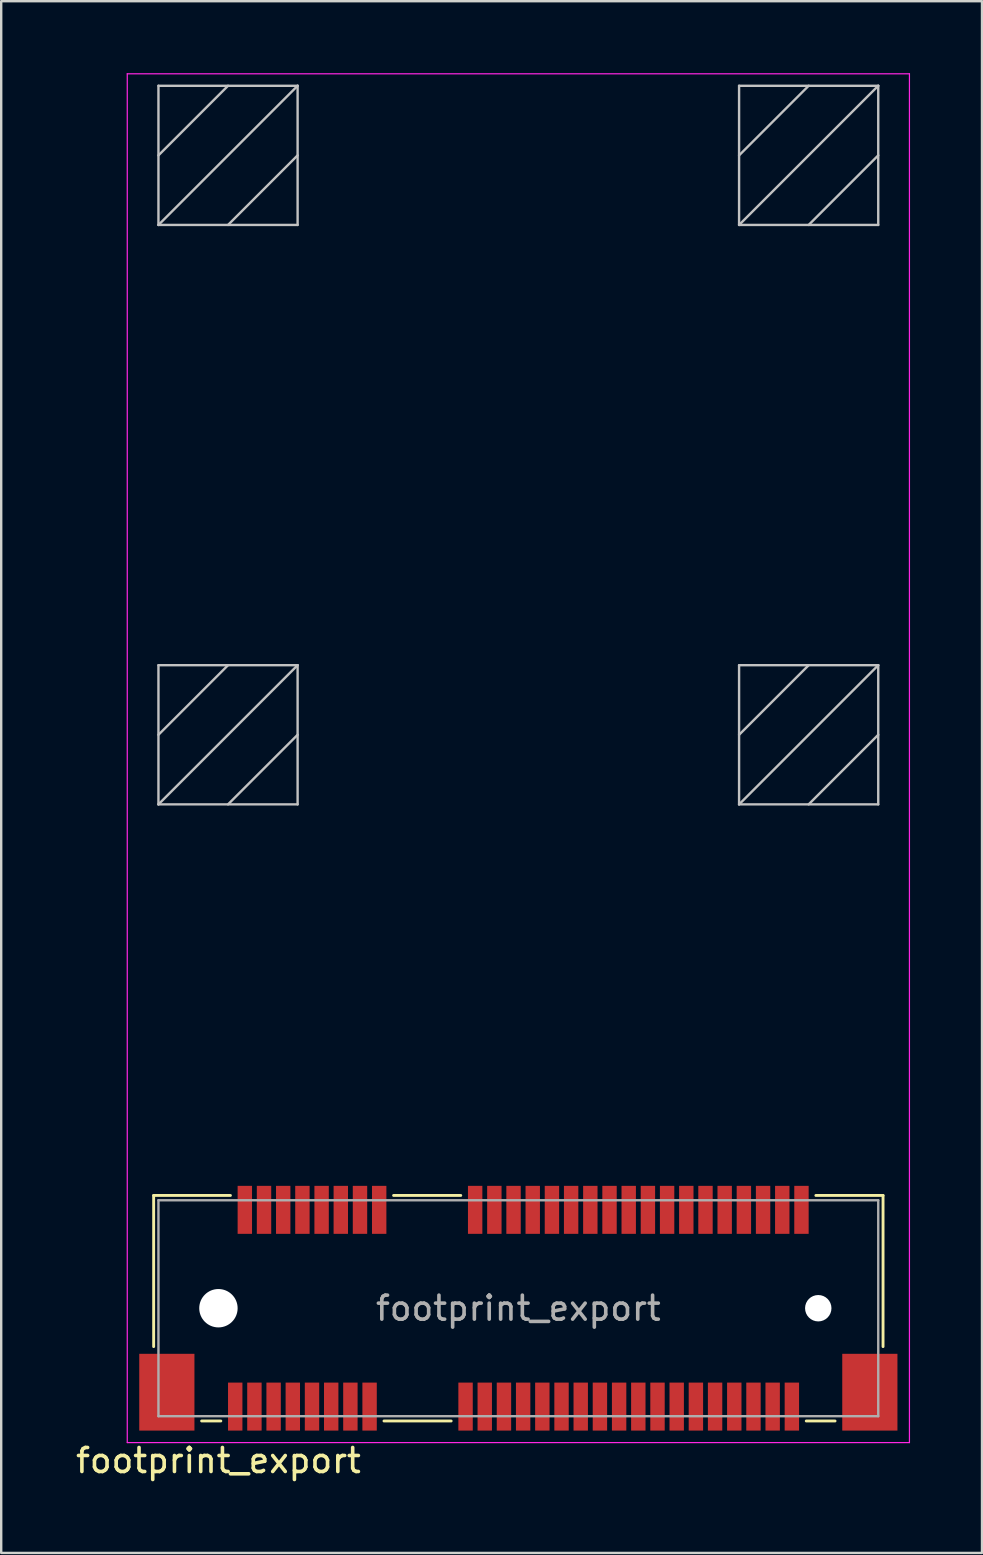
<source format=kicad_pcb>
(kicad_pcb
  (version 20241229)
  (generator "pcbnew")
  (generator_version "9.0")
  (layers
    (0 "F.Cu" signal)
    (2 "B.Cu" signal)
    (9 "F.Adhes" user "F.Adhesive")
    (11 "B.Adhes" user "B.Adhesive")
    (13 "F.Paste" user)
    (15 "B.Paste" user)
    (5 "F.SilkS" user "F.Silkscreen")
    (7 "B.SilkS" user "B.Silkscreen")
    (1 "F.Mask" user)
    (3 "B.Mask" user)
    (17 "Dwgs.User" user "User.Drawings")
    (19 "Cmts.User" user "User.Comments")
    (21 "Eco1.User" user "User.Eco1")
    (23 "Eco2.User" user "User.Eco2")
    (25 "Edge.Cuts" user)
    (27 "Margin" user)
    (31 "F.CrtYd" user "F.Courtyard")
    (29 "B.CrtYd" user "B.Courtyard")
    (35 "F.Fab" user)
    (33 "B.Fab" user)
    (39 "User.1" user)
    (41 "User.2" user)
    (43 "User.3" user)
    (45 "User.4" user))
  (footprint "footprint_export"
    (layer "F.Cu")
    (at 18.554 51.475)
    (property "Reference" "footprint_export" (at -12.5 6.35 180) (layer "F.SilkS") (effects (font (size 1 1) (thickness 0.15))))
    (attr smd)
    (fp_line (start -15.2 -4.7) (end -15.2 1.6) (stroke (width 0.12) (type solid)) (layer "F.SilkS"))
    (fp_line (start -13.2 4.7) (end -12.4 4.7) (stroke (width 0.12) (type solid)) (layer "F.SilkS"))
    (fp_line (start -12 -4.7) (end -15.2 -4.7) (stroke (width 0.12) (type solid)) (layer "F.SilkS"))
    (fp_line (start -5.6 4.7) (end -2.8 4.7) (stroke (width 0.12) (type solid)) (layer "F.SilkS"))
    (fp_line (start -5.2 -4.7) (end -2.4 -4.7) (stroke (width 0.12) (type solid)) (layer "F.SilkS"))
    (fp_line (start 12 4.7) (end 13.2 4.7) (stroke (width 0.12) (type solid)) (layer "F.SilkS"))
    (fp_line (start 12.4 -4.7) (end 15.2 -4.7) (stroke (width 0.12) (type solid)) (layer "F.SilkS"))
    (fp_line (start 15.2 1.6) (end 15.2 -4.7) (stroke (width 0.12) (type solid)) (layer "F.SilkS"))
    (fp_line (start -15 -50.95) (end -15 -45.15) (stroke (width 0.1) (type solid)) (layer "Dwgs.User"))
    (fp_line (start -15 -50.95) (end -9.2 -50.95) (stroke (width 0.1) (type solid)) (layer "Dwgs.User"))
    (fp_line (start -15 -45.15) (end -9.2 -45.15) (stroke (width 0.1) (type solid)) (layer "Dwgs.User"))
    (fp_line (start -15 -26.8) (end -15 -21) (stroke (width 0.1) (type solid)) (layer "Dwgs.User"))
    (fp_line (start -15 -21) (end -9.2 -21) (stroke (width 0.1) (type solid)) (layer "Dwgs.User"))
    (fp_line (start -12.1 -50.95) (end -15 -48.05) (stroke (width 0.1) (type solid)) (layer "Dwgs.User"))
    (fp_line (start -12.1 -26.8) (end -15 -23.9) (stroke (width 0.1) (type solid)) (layer "Dwgs.User"))
    (fp_line (start -9.2 -50.95) (end -15 -45.15) (stroke (width 0.1) (type solid)) (layer "Dwgs.User"))
    (fp_line (start -9.2 -50.95) (end -9.2 -45.15) (stroke (width 0.1) (type solid)) (layer "Dwgs.User"))
    (fp_line (start -9.2 -48.05) (end -12.1 -45.15) (stroke (width 0.1) (type solid)) (layer "Dwgs.User"))
    (fp_line (start -9.2 -26.8) (end -15 -26.8) (stroke (width 0.1) (type solid)) (layer "Dwgs.User"))
    (fp_line (start -9.2 -26.8) (end -15 -21) (stroke (width 0.1) (type solid)) (layer "Dwgs.User"))
    (fp_line (start -9.2 -23.9) (end -12.1 -21) (stroke (width 0.1) (type solid)) (layer "Dwgs.User"))
    (fp_line (start -9.2 -21) (end -9.2 -26.8) (stroke (width 0.1) (type solid)) (layer "Dwgs.User"))
    (fp_line (start 9.2 -50.95) (end 9.2 -45.15) (stroke (width 0.1) (type solid)) (layer "Dwgs.User"))
    (fp_line (start 9.2 -50.95) (end 15 -50.95) (stroke (width 0.1) (type solid)) (layer "Dwgs.User"))
    (fp_line (start 9.2 -45.15) (end 15 -45.15) (stroke (width 0.1) (type solid)) (layer "Dwgs.User"))
    (fp_line (start 9.2 -26.8) (end 15 -26.8) (stroke (width 0.1) (type solid)) (layer "Dwgs.User"))
    (fp_line (start 9.2 -21) (end 9.2 -26.8) (stroke (width 0.1) (type solid)) (layer "Dwgs.User"))
    (fp_line (start 12.1 -50.95) (end 9.2 -48.05) (stroke (width 0.1) (type solid)) (layer "Dwgs.User"))
    (fp_line (start 12.1 -26.8) (end 9.2 -23.9) (stroke (width 0.1) (type solid)) (layer "Dwgs.User"))
    (fp_line (start 15 -50.95) (end 9.2 -45.15) (stroke (width 0.1) (type solid)) (layer "Dwgs.User"))
    (fp_line (start 15 -50.95) (end 15 -45.15) (stroke (width 0.1) (type solid)) (layer "Dwgs.User"))
    (fp_line (start 15 -48.05) (end 12.1 -45.15) (stroke (width 0.1) (type solid)) (layer "Dwgs.User"))
    (fp_line (start 15 -26.8) (end 9.2 -21) (stroke (width 0.1) (type solid)) (layer "Dwgs.User"))
    (fp_line (start 15 -26.8) (end 15 -21) (stroke (width 0.1) (type solid)) (layer "Dwgs.User"))
    (fp_line (start 15 -23.9) (end 12.1 -21) (stroke (width 0.1) (type solid)) (layer "Dwgs.User"))
    (fp_line (start 15 -21) (end 9.2 -21) (stroke (width 0.1) (type solid)) (layer "Dwgs.User"))
    (fp_line (start -16.3 -51.45) (end 16.3 -51.45) (stroke (width 0.05) (type solid)) (layer "F.CrtYd"))
    (fp_line (start -16.3 5.6) (end -16.3 -51.45) (stroke (width 0.05) (type solid)) (layer "F.CrtYd"))
    (fp_line (start 16.3 -51.45) (end 16.3 5.6) (stroke (width 0.05) (type solid)) (layer "F.CrtYd"))
    (fp_line (start 16.3 5.6) (end -16.3 5.6) (stroke (width 0.05) (type solid)) (layer "F.CrtYd"))
    (fp_line (start -15 -4.5) (end -15 4.5) (stroke (width 0.1) (type solid)) (layer "F.Fab"))
    (fp_line (start -15 4.5) (end 15 4.5) (stroke (width 0.1) (type solid)) (layer "F.Fab"))
    (fp_line (start 15 -4.5) (end -15 -4.5) (stroke (width 0.1) (type solid)) (layer "F.Fab"))
    (fp_line (start 15 4.5) (end 15 -4.5) (stroke (width 0.1) (type solid)) (layer "F.Fab"))
    (fp_text user "${REFERENCE}" (at 0 0 0) (layer "F.Fab") (effects (font (size 1 1) (thickness 0.15))))
    (pad "" np_thru_hole circle (at -12.5 0) (size 1.6 1.6) (drill 1.6) (layers "*.Cu" "*.Mask"))
    (pad "" np_thru_hole circle (at 12.5 0) (size 1.1 1.1) (drill 1.1) (layers "*.Cu" "*.Mask"))
    (pad "1" smd rect (at -11.8 4.1) (size 0.6 2) (layers "F.Cu" "F.Mask" "F.Paste"))
    (pad "2" smd rect (at -11.4 -4.1) (size 0.6 2) (layers "F.Cu" "F.Mask" "F.Paste"))
    (pad "3" smd rect (at -11 4.1) (size 0.6 2) (layers "F.Cu" "F.Mask" "F.Paste"))
    (pad "4" smd rect (at -10.6 -4.1) (size 0.6 2) (layers "F.Cu" "F.Mask" "F.Paste"))
    (pad "5" smd rect (at -10.2 4.1) (size 0.6 2) (layers "F.Cu" "F.Mask" "F.Paste"))
    (pad "6" smd rect (at -9.8 -4.1) (size 0.6 2) (layers "F.Cu" "F.Mask" "F.Paste"))
    (pad "7" smd rect (at -9.4 4.1) (size 0.6 2) (layers "F.Cu" "F.Mask" "F.Paste"))
    (pad "8" smd rect (at -9 -4.1) (size 0.6 2) (layers "F.Cu" "F.Mask" "F.Paste"))
    (pad "9" smd rect (at -8.6 4.1) (size 0.6 2) (layers "F.Cu" "F.Mask" "F.Paste"))
    (pad "10" smd rect (at -8.2 -4.1) (size 0.6 2) (layers "F.Cu" "F.Mask" "F.Paste"))
    (pad "11" smd rect (at -7.8 4.1) (size 0.6 2) (layers "F.Cu" "F.Mask" "F.Paste"))
    (pad "12" smd rect (at -7.4 -4.1) (size 0.6 2) (layers "F.Cu" "F.Mask" "F.Paste"))
    (pad "13" smd rect (at -7 4.1) (size 0.6 2) (layers "F.Cu" "F.Mask" "F.Paste"))
    (pad "14" smd rect (at -6.6 -4.1) (size 0.6 2) (layers "F.Cu" "F.Mask" "F.Paste"))
    (pad "15" smd rect (at -6.2 4.1) (size 0.6 2) (layers "F.Cu" "F.Mask" "F.Paste"))
    (pad "16" smd rect (at -5.8 -4.1) (size 0.6 2) (layers "F.Cu" "F.Mask" "F.Paste"))
    (pad "17" smd rect (at -2.2 4.1) (size 0.6 2) (layers "F.Cu" "F.Mask" "F.Paste"))
    (pad "18" smd rect (at -1.8 -4.1) (size 0.6 2) (layers "F.Cu" "F.Mask" "F.Paste"))
    (pad "19" smd rect (at -1.4 4.1) (size 0.6 2) (layers "F.Cu" "F.Mask" "F.Paste"))
    (pad "20" smd rect (at -1 -4.1) (size 0.6 2) (layers "F.Cu" "F.Mask" "F.Paste"))
    (pad "21" smd rect (at -0.6 4.1) (size 0.6 2) (layers "F.Cu" "F.Mask" "F.Paste"))
    (pad "22" smd rect (at -0.2 -4.1) (size 0.6 2) (layers "F.Cu" "F.Mask" "F.Paste"))
    (pad "23" smd rect (at 0.2 4.1) (size 0.6 2) (layers "F.Cu" "F.Mask" "F.Paste"))
    (pad "24" smd rect (at 0.6 -4.1) (size 0.6 2) (layers "F.Cu" "F.Mask" "F.Paste"))
    (pad "25" smd rect (at 1 4.1) (size 0.6 2) (layers "F.Cu" "F.Mask" "F.Paste"))
    (pad "26" smd rect (at 1.4 -4.1) (size 0.6 2) (layers "F.Cu" "F.Mask" "F.Paste"))
    (pad "27" smd rect (at 1.8 4.1) (size 0.6 2) (layers "F.Cu" "F.Mask" "F.Paste"))
    (pad "28" smd rect (at 2.2 -4.1) (size 0.6 2) (layers "F.Cu" "F.Mask" "F.Paste"))
    (pad "29" smd rect (at 2.6 4.1) (size 0.6 2) (layers "F.Cu" "F.Mask" "F.Paste"))
    (pad "30" smd rect (at 3 -4.1) (size 0.6 2) (layers "F.Cu" "F.Mask" "F.Paste"))
    (pad "31" smd rect (at 3.4 4.1) (size 0.6 2) (layers "F.Cu" "F.Mask" "F.Paste"))
    (pad "32" smd rect (at 3.8 -4.1) (size 0.6 2) (layers "F.Cu" "F.Mask" "F.Paste"))
    (pad "33" smd rect (at 4.2 4.1) (size 0.6 2) (layers "F.Cu" "F.Mask" "F.Paste"))
    (pad "34" smd rect (at 4.6 -4.1) (size 0.6 2) (layers "F.Cu" "F.Mask" "F.Paste"))
    (pad "35" smd rect (at 5 4.1) (size 0.6 2) (layers "F.Cu" "F.Mask" "F.Paste"))
    (pad "36" smd rect (at 5.4 -4.1) (size 0.6 2) (layers "F.Cu" "F.Mask" "F.Paste"))
    (pad "37" smd rect (at 5.8 4.1) (size 0.6 2) (layers "F.Cu" "F.Mask" "F.Paste"))
    (pad "38" smd rect (at 6.2 -4.1) (size 0.6 2) (layers "F.Cu" "F.Mask" "F.Paste"))
    (pad "39" smd rect (at 6.6 4.1) (size 0.6 2) (layers "F.Cu" "F.Mask" "F.Paste"))
    (pad "40" smd rect (at 7 -4.1) (size 0.6 2) (layers "F.Cu" "F.Mask" "F.Paste"))
    (pad "41" smd rect (at 7.4 4.1) (size 0.6 2) (layers "F.Cu" "F.Mask" "F.Paste"))
    (pad "42" smd rect (at 7.8 -4.1) (size 0.6 2) (layers "F.Cu" "F.Mask" "F.Paste"))
    (pad "43" smd rect (at 8.2 4.1) (size 0.6 2) (layers "F.Cu" "F.Mask" "F.Paste"))
    (pad "44" smd rect (at 8.6 -4.1) (size 0.6 2) (layers "F.Cu" "F.Mask" "F.Paste"))
    (pad "45" smd rect (at 9 4.1) (size 0.6 2) (layers "F.Cu" "F.Mask" "F.Paste"))
    (pad "46" smd rect (at 9.4 -4.1) (size 0.6 2) (layers "F.Cu" "F.Mask" "F.Paste"))
    (pad "47" smd rect (at 9.8 4.1) (size 0.6 2) (layers "F.Cu" "F.Mask" "F.Paste"))
    (pad "48" smd rect (at 10.2 -4.1) (size 0.6 2) (layers "F.Cu" "F.Mask" "F.Paste"))
    (pad "49" smd rect (at 10.6 4.1) (size 0.6 2) (layers "F.Cu" "F.Mask" "F.Paste"))
    (pad "50" smd rect (at 11 -4.1) (size 0.6 2) (layers "F.Cu" "F.Mask" "F.Paste"))
    (pad "51" smd rect (at 11.4 4.1) (size 0.6 2) (layers "F.Cu" "F.Mask" "F.Paste"))
    (pad "52" smd rect (at 11.8 -4.1) (size 0.6 2) (layers "F.Cu" "F.Mask" "F.Paste"))
    (pad "MP" smd rect (at -14.65 3.5) (size 2.3 3.2) (layers "F.Cu" "F.Mask" "F.Paste"))
    (pad "MP" smd rect (at 14.65 3.5) (size 2.3 3.2) (layers "F.Cu" "F.Mask" "F.Paste")))
  (gr_rect
    (start -3 -3)
    (end 37.879 61.673)
    (stroke (width 0.1) (type default))
    (fill no)
    (layer "Edge.Cuts")))
</source>
